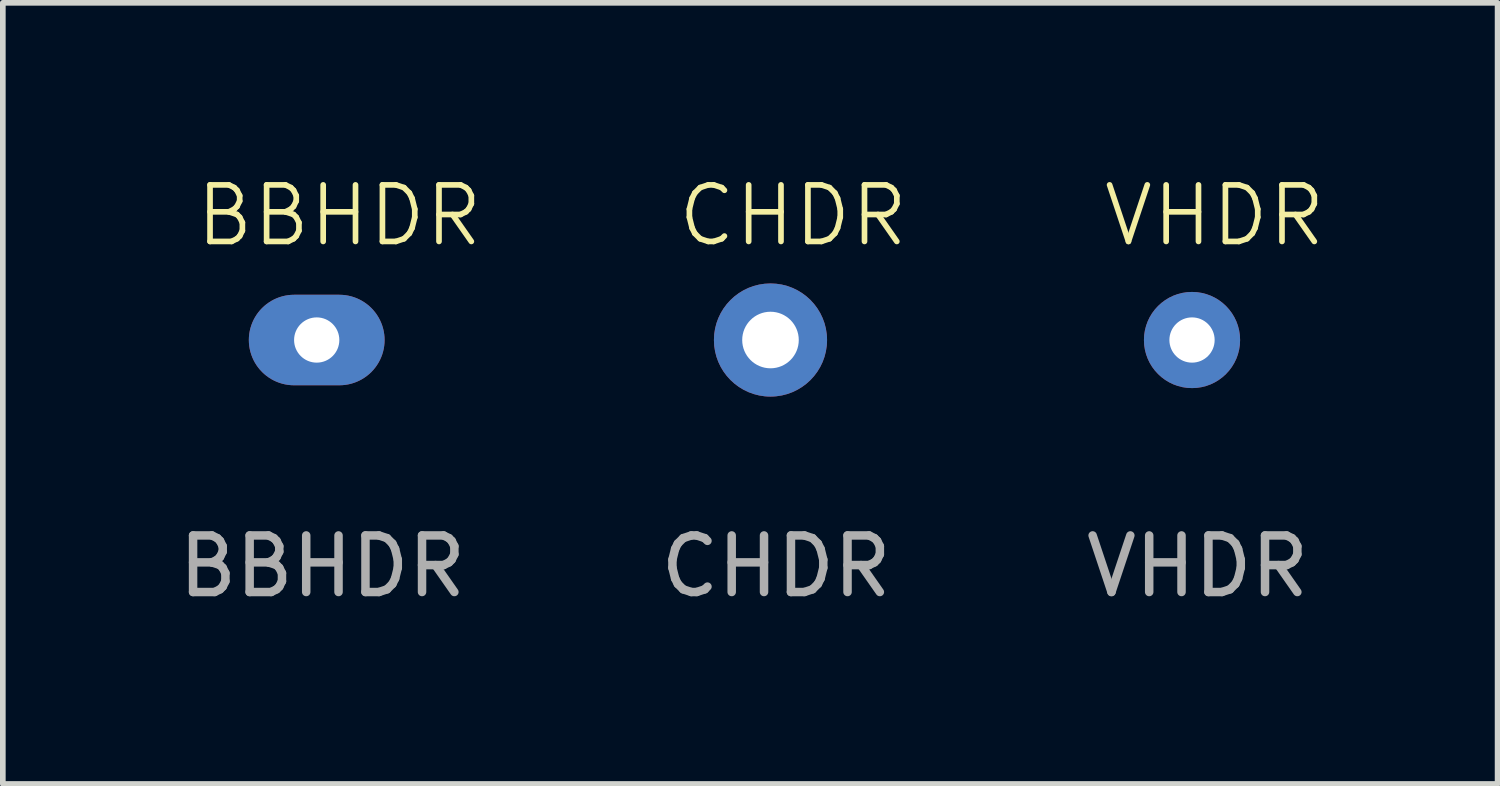
<source format=kicad_pcb>
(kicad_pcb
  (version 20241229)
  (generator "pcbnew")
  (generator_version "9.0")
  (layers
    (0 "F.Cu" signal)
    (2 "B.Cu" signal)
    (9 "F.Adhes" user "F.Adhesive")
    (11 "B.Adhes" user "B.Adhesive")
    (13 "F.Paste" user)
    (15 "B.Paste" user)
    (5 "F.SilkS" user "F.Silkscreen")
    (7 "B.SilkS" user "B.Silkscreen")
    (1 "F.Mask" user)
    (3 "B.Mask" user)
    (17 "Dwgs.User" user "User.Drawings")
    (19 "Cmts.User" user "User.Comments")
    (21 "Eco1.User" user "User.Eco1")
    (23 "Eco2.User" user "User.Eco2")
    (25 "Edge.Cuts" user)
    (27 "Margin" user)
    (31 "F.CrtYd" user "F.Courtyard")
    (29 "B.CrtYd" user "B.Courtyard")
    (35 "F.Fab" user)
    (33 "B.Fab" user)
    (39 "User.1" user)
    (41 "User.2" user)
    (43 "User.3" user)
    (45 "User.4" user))
  (footprint "CHDR"
    (layer "F.Cu")
    (at 10.571 2.961)
    (property "Reference" "CHDR" (at 0.4 -2.2 0) (unlocked yes) (layer "F.SilkS") (effects (font (size 1 1) (thickness 0.1))))
    (attr smd)
    (fp_text user "${REFERENCE}" (at 0.1 4 0) (unlocked yes) (layer "F.Fab") (effects (font (size 1 1) (thickness 0.15))))
    (pad "1" thru_hole oval (at 0 0) (size 2 2) (drill 1) (layers "*.Cu" "*.Mask")))
  (footprint "VHDR"
    (layer "F.Cu")
    (at 18.023 2.961)
    (property "Reference" "VHDR" (at 0.4 -2.2 0) (unlocked yes) (layer "F.SilkS") (effects (font (size 1 1) (thickness 0.1))))
    (attr smd)
    (fp_text user "${REFERENCE}" (at 0.1 4 0) (unlocked yes) (layer "F.Fab") (effects (font (size 1 1) (thickness 0.15))))
    (pad "1" thru_hole oval (at 0 0) (size 1.7 1.7) (drill 0.8) (layers "*.Cu" "*.Mask")))
  (footprint "BBHDR"
    (layer "F.Cu")
    (at 2.549 2.961)
    (property "Reference" "BBHDR" (at 0.4 -2.2 0) (unlocked yes) (layer "F.SilkS") (effects (font (size 1 1) (thickness 0.1))))
    (attr smd)
    (fp_text user "${REFERENCE}" (at 0.1 4 0) (unlocked yes) (layer "F.Fab") (effects (font (size 1 1) (thickness 0.15))))
    (pad "1" thru_hole oval (at 0 0) (size 2.4 1.6) (drill 0.8) (layers "*.Cu" "*.Mask")))
  (gr_rect
    (start -3 -3)
    (end 23.425 10.809)
    (stroke (width 0.1) (type default))
    (fill no)
    (layer "Edge.Cuts")))
</source>
